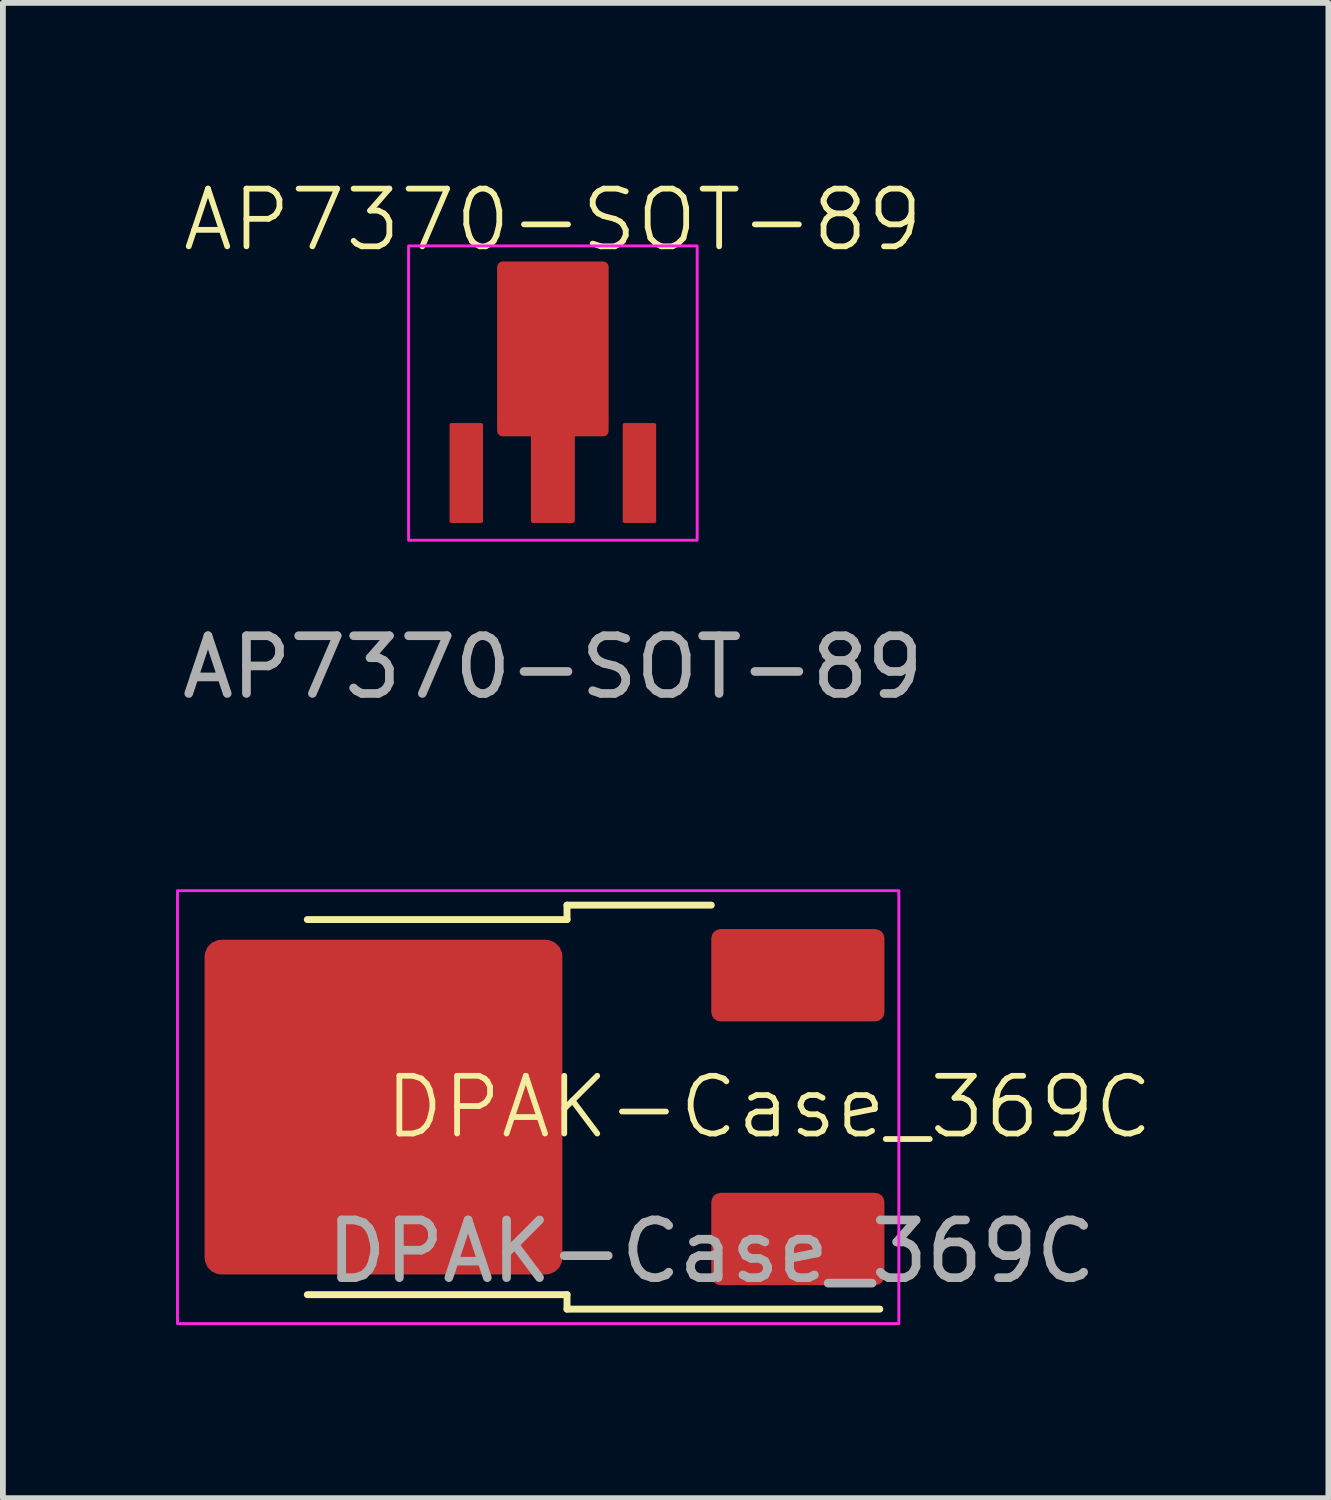
<source format=kicad_pcb>
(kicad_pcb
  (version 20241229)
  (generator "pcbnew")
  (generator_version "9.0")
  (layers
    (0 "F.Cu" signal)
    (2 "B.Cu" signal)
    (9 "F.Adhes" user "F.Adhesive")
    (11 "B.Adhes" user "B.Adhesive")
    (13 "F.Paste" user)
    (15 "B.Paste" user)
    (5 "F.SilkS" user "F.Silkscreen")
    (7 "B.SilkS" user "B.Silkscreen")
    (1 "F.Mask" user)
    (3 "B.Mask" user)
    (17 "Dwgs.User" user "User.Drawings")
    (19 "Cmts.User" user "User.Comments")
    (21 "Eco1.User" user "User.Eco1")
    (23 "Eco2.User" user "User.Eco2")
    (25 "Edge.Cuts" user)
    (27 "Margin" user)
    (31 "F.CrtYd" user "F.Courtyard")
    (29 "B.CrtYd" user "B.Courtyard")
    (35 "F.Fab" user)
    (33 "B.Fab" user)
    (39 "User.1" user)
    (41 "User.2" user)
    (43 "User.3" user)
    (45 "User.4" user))
  (footprint "AP7370-SOT-89"
    (layer "F.Cu")
    (at 6.53 6.011)
    (property "Reference" "AP7370-SOT-89" (at 0 -5.25 0) (unlocked yes) (layer "F.SilkS") (effects (font (size 1 1) (thickness 0.1))))
    (attr smd)
    (fp_rect (start -2.5 0.3) (end 2.5 -4.8) (stroke (width 0.05) (type default)) (fill no) (layer "F.CrtYd"))
    (fp_text user "${REFERENCE}" (at 0 2.5 0) (unlocked yes) (layer "F.Fab") (effects (font (size 1 1) (thickness 0.15))))
    (pad "1" smd roundrect (at -1.5 -0.865 180) (size 0.58 1.73) (layers "F.Cu" "F.Mask" "F.Paste") (roundrect_rratio 0.05))
    (pad "2" smd roundrect (at 0 -3.015 180) (size 1.933 3.03) (layers "F.Cu" "F.Mask" "F.Paste") (roundrect_rratio 0.05))
    (pad "2" smd roundrect (at 0 -1 180) (size 0.76 2) (layers "F.Cu" "F.Mask" "F.Paste") (roundrect_rratio 0.05))
    (pad "3" smd roundrect (at 1.5 -0.865 180) (size 0.58 1.73) (layers "F.Cu" "F.Mask" "F.Paste") (roundrect_rratio 0.05)))
  (footprint "DPAK-Case_369C"
    (layer "F.Cu")
    (at 9.275 16.134)
    (property "Reference" "DPAK-Case_369C" (at 1 0 0) (unlocked yes) (layer "F.SilkS") (effects (font (size 1 1) (thickness 0.1))))
    (attr smd)
    (fp_line (start -2.5 -3.25) (end -7 -3.25) (stroke (width 0.12) (type solid)) (layer "F.SilkS"))
    (fp_line (start -2.5 -3.25) (end -2.5 -3.5) (stroke (width 0.12) (type solid)) (layer "F.SilkS"))
    (fp_line (start -2.5 3.25) (end -7 3.25) (stroke (width 0.12) (type solid)) (layer "F.SilkS"))
    (fp_line (start -2.5 3.25) (end -2.5 3.5) (stroke (width 0.12) (type solid)) (layer "F.SilkS"))
    (fp_line (start 0 -3.5) (end -2.5 -3.5) (stroke (width 0.12) (type solid)) (layer "F.SilkS"))
    (fp_line (start 2.92 3.5) (end -2.5 3.5) (stroke (width 0.12) (type solid)) (layer "F.SilkS"))
    (fp_rect (start 3.25 -3.75) (end -9.25 3.75) (stroke (width 0.05) (type default)) (fill no) (layer "F.CrtYd"))
    (fp_text user "${REFERENCE}" (at 0 2.5 0) (unlocked yes) (layer "F.Fab") (effects (font (size 1 1) (thickness 0.15))))
    (pad "1" smd roundrect (at 1.5 2.285) (size 3 1.6) (layers "F.Cu" "F.Mask" "F.Paste") (roundrect_rratio 0.1))
    (pad "3" smd roundrect (at 1.5 -2.285) (size 3 1.6) (layers "F.Cu" "F.Mask" "F.Paste") (roundrect_rratio 0.1))
    (pad "4" smd roundrect (at -5.68 0) (size 6.2 5.8) (layers "F.Cu" "F.Mask" "F.Paste") (roundrect_rratio 0.05)))
  (gr_rect
    (start -3 -3)
    (end 19.968 22.909)
    (stroke (width 0.1) (type default))
    (fill no)
    (layer "Edge.Cuts")))
</source>
